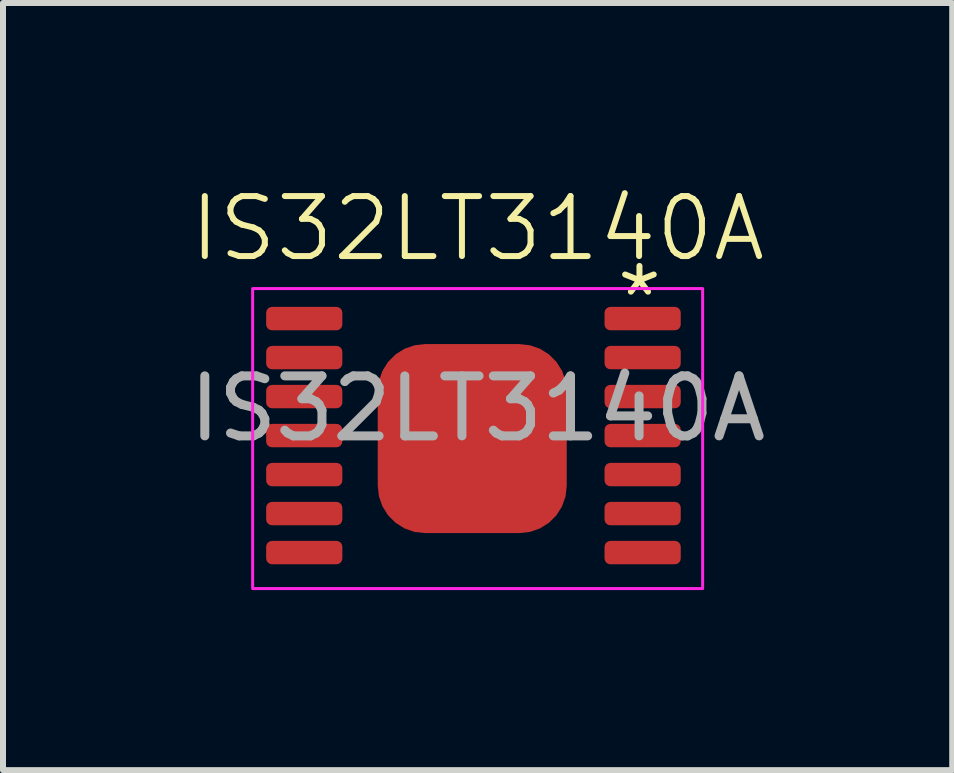
<source format=kicad_pcb>
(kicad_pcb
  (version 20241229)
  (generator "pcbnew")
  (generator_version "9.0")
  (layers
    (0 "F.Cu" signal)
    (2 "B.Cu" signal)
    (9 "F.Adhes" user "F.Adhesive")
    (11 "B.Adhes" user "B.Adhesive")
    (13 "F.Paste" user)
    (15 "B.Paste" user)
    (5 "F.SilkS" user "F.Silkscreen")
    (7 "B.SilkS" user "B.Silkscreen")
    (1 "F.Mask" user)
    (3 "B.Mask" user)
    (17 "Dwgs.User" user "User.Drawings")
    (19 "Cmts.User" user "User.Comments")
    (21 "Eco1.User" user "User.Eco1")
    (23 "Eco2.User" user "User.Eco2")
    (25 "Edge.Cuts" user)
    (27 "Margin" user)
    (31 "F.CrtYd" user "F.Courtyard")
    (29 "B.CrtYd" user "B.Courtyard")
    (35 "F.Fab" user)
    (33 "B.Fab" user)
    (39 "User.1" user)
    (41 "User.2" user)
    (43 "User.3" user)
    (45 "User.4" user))
  (footprint "IS32LT3140A"
    (layer "F.Cu")
    (at 4.911 1.26)
    (property "Reference" "IS32LT3140A" (at 0 -0.5 0) (unlocked yes) (layer "F.SilkS") (effects (font (size 1 1) (thickness 0.1))))
    (attr smd)
    (fp_rect (start -3.75 0.5) (end 3.75 5.5) (stroke (width 0.05) (type default)) (fill no) (layer "F.CrtYd"))
    (fp_text user "*" (at 2.25 1.25 0) (unlocked yes) (layer "F.SilkS") (effects (font (size 1 1) (thickness 0.1)) (justify left bottom)))
    (fp_text user "${REFERENCE}" (at 0 2.5 0) (unlocked yes) (layer "F.Fab") (effects (font (size 1 1) (thickness 0.15))))
    (pad "1" smd roundrect (at -2.89 1) (size 1.27 0.39) (layers "F.Cu" "F.Mask" "F.Paste") (roundrect_rratio 0.25))
    (pad "2" smd roundrect (at -2.89 1.65) (size 1.27 0.39) (layers "F.Cu" "F.Mask" "F.Paste") (roundrect_rratio 0.25))
    (pad "3" smd roundrect (at -2.89 2.3) (size 1.27 0.39) (layers "F.Cu" "F.Mask" "F.Paste") (roundrect_rratio 0.25))
    (pad "4" smd roundrect (at -2.89 2.95) (size 1.27 0.39) (layers "F.Cu" "F.Mask" "F.Paste") (roundrect_rratio 0.25))
    (pad "5" smd roundrect (at -2.89 3.6) (size 1.27 0.39) (layers "F.Cu" "F.Mask" "F.Paste") (roundrect_rratio 0.25))
    (pad "6" smd roundrect (at -2.89 4.25) (size 1.27 0.39) (layers "F.Cu" "F.Mask" "F.Paste") (roundrect_rratio 0.25))
    (pad "7" smd roundrect (at -2.89 4.9) (size 1.27 0.39) (layers "F.Cu" "F.Mask" "F.Paste") (roundrect_rratio 0.25))
    (pad "7" smd roundrect (at -0.09 3 90) (size 3.15 3.15) (layers "F.Cu" "F.Mask" "F.Paste") (roundrect_rratio 0.25))
    (pad "8" smd roundrect (at 2.75 4.9) (size 1.27 0.39) (layers "F.Cu" "F.Mask" "F.Paste") (roundrect_rratio 0.25))
    (pad "9" smd roundrect (at 2.75 4.25) (size 1.27 0.39) (layers "F.Cu" "F.Mask" "F.Paste") (roundrect_rratio 0.25))
    (pad "10" smd roundrect (at 2.75 3.6) (size 1.27 0.39) (layers "F.Cu" "F.Mask" "F.Paste") (roundrect_rratio 0.25))
    (pad "11" smd roundrect (at 2.75 2.95) (size 1.27 0.39) (layers "F.Cu" "F.Mask" "F.Paste") (roundrect_rratio 0.25))
    (pad "12" smd roundrect (at 2.75 2.3) (size 1.27 0.39) (layers "F.Cu" "F.Mask" "F.Paste") (roundrect_rratio 0.25))
    (pad "13" smd roundrect (at 2.75 1.65) (size 1.27 0.39) (layers "F.Cu" "F.Mask" "F.Paste") (roundrect_rratio 0.25))
    (pad "14" smd roundrect (at 2.75 1) (size 1.27 0.39) (layers "F.Cu" "F.Mask" "F.Paste") (roundrect_rratio 0.25)))
  (gr_rect
    (start -3 -3)
    (end 12.821 9.786)
    (stroke (width 0.1) (type default))
    (fill no)
    (layer "Edge.Cuts")))
</source>
